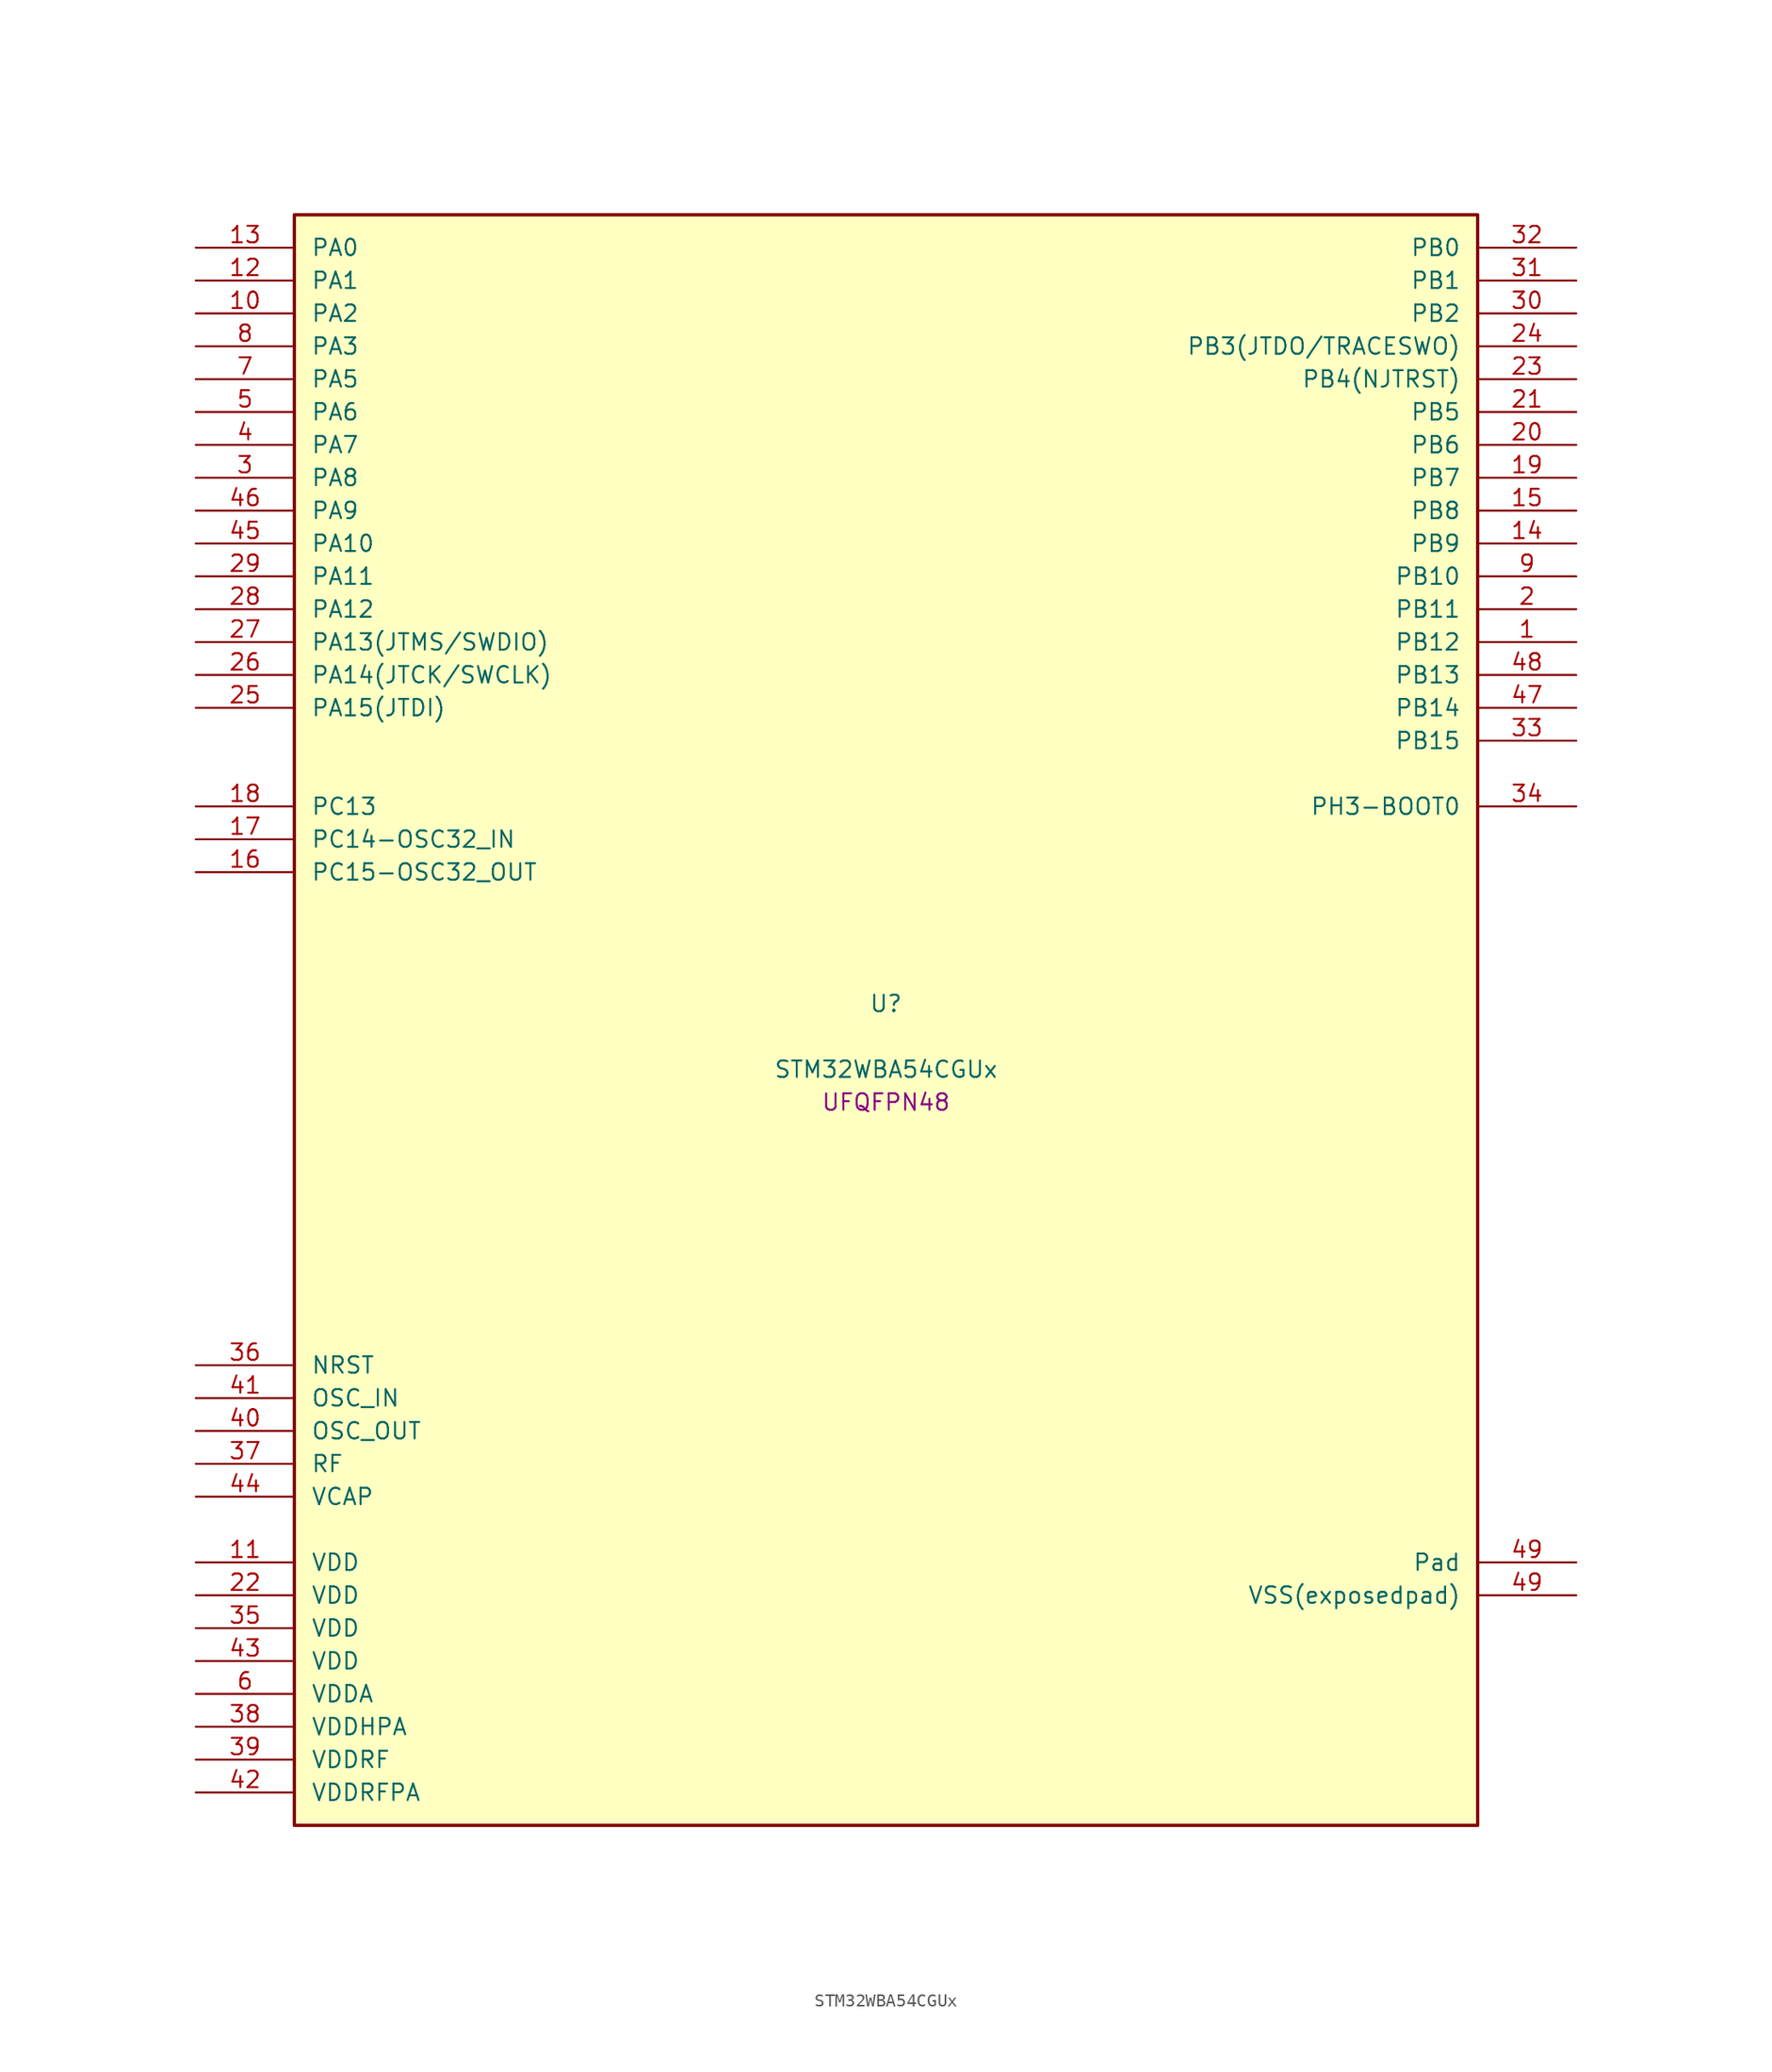
<source format=kicad_sym>
(kicad_symbol_lib
  (version 20241209)
  (generator "stm32_pkl_generator")
  (generator_version "1.0")
  (symbol "STM32WBA54CGUx"
    (pin_names
      (offset 1.27))
    (property "Reference" "U"
      (at 0 2.54 0))
    (property "Value" "STM32WBA54CGUx"
      (at 0 -2.54 0))
    (property "Footprint" "UFQFPN48"
      (at 0 -5.08 0))
    (symbol "STM32WBA54CGUx_1_1"
      (rectangle (start -45.72 63.5) (end 45.72 -60.96) (stroke (width 0.254) (type solid)) (fill (type background)))
      (pin bidirectional line (at -53.34 60.96 0) (length 7.62) (name "PA0") (number "13") (alternate "PA0/ADC4_IN9" bidirectional line) (alternate "PA0/COMP2_INP" bidirectional line) (alternate "PA0/LPTIM1_IN1" bidirectional line) (alternate "PA0/LPUART1_CTS" bidirectional line) (alternate "PA0/PWR_WKUP1" bidirectional line) (alternate "PA0/SPI3_SCK" bidirectional line) (alternate "PA0/TIM1_CH2N" bidirectional line) (alternate "PA0/TIM3_CH3" bidirectional line) (alternate "PA0/TIM3_ETR" bidirectional line) (alternate "PA0/TSC_G2_IO2" bidirectional line))
      (pin bidirectional line (at -53.34 58.42 0) (length 7.62) (name "PA1") (number "12") (alternate "PA1/ADC4_IN8" bidirectional line) (alternate "PA1/COMP1_INM" bidirectional line) (alternate "PA1/LPTIM2_CH2" bidirectional line) (alternate "PA1/LPUART1_RX" bidirectional line) (alternate "PA1/PWR_WKUP3" bidirectional line) (alternate "PA1/SAI1_CK1" bidirectional line) (alternate "PA1/SPI1_RDY" bidirectional line) (alternate "PA1/TIM17_CH1" bidirectional line) (alternate "PA1/TIM1_CH1N" bidirectional line) (alternate "PA1/TIM3_CH2" bidirectional line) (alternate "PA1/TSC_G2_IO1" bidirectional line) (alternate "PA1/USART1_CK" bidirectional line))
      (pin bidirectional line (at -53.34 55.88 0) (length 7.62) (name "PA2") (number "10") (alternate "PA2/ADC4_IN7" bidirectional line) (alternate "PA2/COMP1_INP" bidirectional line) (alternate "PA2/LPUART1_TX" bidirectional line) (alternate "PA2/PWR_WKUP4" bidirectional line) (alternate "PA2/RCC_LSCO" bidirectional line) (alternate "PA2/SAI1_D1" bidirectional line) (alternate "PA2/TIM16_CH1" bidirectional line) (alternate "PA2/TIM1_BKIN" bidirectional line) (alternate "PA2/TIM3_CH1" bidirectional line) (alternate "PA2/TSC_G4_IO4" bidirectional line) (alternate "PA2/USART1_DE" bidirectional line) (alternate "PA2/USART1_RTS" bidirectional line))
      (pin bidirectional line (at -53.34 53.34 0) (length 7.62) (name "PA3") (number "8") (alternate "PA3/ADC4_IN6" bidirectional line) (alternate "PA3/PWR_WKUP5" bidirectional line) (alternate "PA3/TIM16_CH1N" bidirectional line) (alternate "PA3/TSC_G4_IO2" bidirectional line) (alternate "PA3/USART1_DE" bidirectional line) (alternate "PA3/USART1_RTS" bidirectional line))
      (pin bidirectional line (at -53.34 50.8 0) (length 7.62) (name "PA5") (number "7") (alternate "PA5/ADC4_IN4" bidirectional line) (alternate "PA5/AUDIOCLK" bidirectional line) (alternate "PA5/LPTIM2_ETR" bidirectional line) (alternate "PA5/PWR_CSLEEP" bidirectional line) (alternate "PA5/PWR_WKUP6" bidirectional line) (alternate "PA5/SAI1_D2" bidirectional line) (alternate "PA5/SPI3_NSS" bidirectional line) (alternate "PA5/TIM2_CH1" bidirectional line) (alternate "PA5/TIM2_ETR" bidirectional line) (alternate "PA5/TSC_G1_IO4" bidirectional line) (alternate "PA5/USART1_CK" bidirectional line))
      (pin bidirectional line (at -53.34 48.26 0) (length 7.62) (name "PA6") (number "5") (alternate "PA6/ADC4_IN3" bidirectional line) (alternate "PA6/I2C3_SCL" bidirectional line) (alternate "PA6/PWR_CSTOP" bidirectional line) (alternate "PA6/PWR_WKUP7" bidirectional line) (alternate "PA6/SAI1_CK2" bidirectional line) (alternate "PA6/SAI1_MCLK_A" bidirectional line) (alternate "PA6/SPI3_RDY" bidirectional line) (alternate "PA6/TIM2_CH4" bidirectional line) (alternate "PA6/TSC_G1_IO3" bidirectional line) (alternate "PA6/USART1_DE" bidirectional line) (alternate "PA6/USART1_RTS" bidirectional line))
      (pin bidirectional line (at -53.34 45.72 0) (length 7.62) (name "PA7") (number "4") (alternate "PA7/ADC4_IN2" bidirectional line) (alternate "PA7/COMP1_OUT" bidirectional line) (alternate "PA7/I2C3_SDA" bidirectional line) (alternate "PA7/PWR_WKUP8" bidirectional line) (alternate "PA7/SAI1_SCK_A" bidirectional line) (alternate "PA7/TAMP_IN1" bidirectional line) (alternate "PA7/TAMP_OUT2" bidirectional line) (alternate "PA7/TIM2_CH3" bidirectional line) (alternate "PA7/TSC_G1_IO2" bidirectional line) (alternate "PA7/USART1_CTS" bidirectional line))
      (pin bidirectional line (at -53.34 43.18 0) (length 7.62) (name "PA8") (number "3") (alternate "PA8/ADC4_IN1" bidirectional line) (alternate "PA8/LPTIM1_CH2" bidirectional line) (alternate "PA8/RCC_MCO" bidirectional line) (alternate "PA8/SAI1_FS_A" bidirectional line) (alternate "PA8/SPI3_RDY" bidirectional line) (alternate "PA8/TIM2_CH2" bidirectional line) (alternate "PA8/TSC_G1_IO1" bidirectional line) (alternate "PA8/USART1_RX" bidirectional line))
      (pin bidirectional line (at -53.34 40.64 0) (length 7.62) (name "PA9") (number "46") (alternate "PA9/LPUART1_DE" bidirectional line) (alternate "PA9/LPUART1_RTS" bidirectional line) (alternate "PA9/SAI1_CK1" bidirectional line) (alternate "PA9/TIM3_CH2" bidirectional line))
      (pin bidirectional line (at -53.34 38.1 0) (length 7.62) (name "PA10") (number "45") (alternate "PA10/LPUART1_RX" bidirectional line) (alternate "PA10/SAI1_D1" bidirectional line) (alternate "PA10/TIM3_CH1" bidirectional line))
      (pin bidirectional line (at -53.34 35.56 0) (length 7.62) (name "PA11") (number "29") (alternate "PA11/LPTIM2_CH1" bidirectional line) (alternate "PA11/RF_ANTSW1" bidirectional line) (alternate "PA11/TIM1_CH1" bidirectional line) (alternate "PA11/USART2_RX" bidirectional line))
      (pin bidirectional line (at -53.34 33.02 0) (length 7.62) (name "PA12") (number "28") (alternate "PA12/COMP2_OUT" bidirectional line) (alternate "PA12/PTA_STATUS" bidirectional line) (alternate "PA12/PWR_WKUP6" bidirectional line) (alternate "PA12/RF_ANTSW0" bidirectional line) (alternate "PA12/SPI1_NSS" bidirectional line) (alternate "PA12/TIM1_CH2" bidirectional line) (alternate "PA12/TSC_G3_IO4" bidirectional line) (alternate "PA12/USART2_TX" bidirectional line))
      (pin bidirectional line (at -53.34 30.48 0) (length 7.62) (name "PA13(JTMS/SWDIO)") (number "27") (alternate "PA13(JTMS/SWDIO)/DEBUG_JTMS-SWDIO" bidirectional line) (alternate "PA13(JTMS/SWDIO)/IR_OUT" bidirectional line) (alternate "PA13(JTMS/SWDIO)/PTA_PRIORITY" bidirectional line))
      (pin bidirectional line (at -53.34 27.94 0) (length 7.62) (name "PA14(JTCK/SWCLK)") (number "26") (alternate "PA14(JTCK/SWCLK)/COMP2_OUT" bidirectional line) (alternate "PA14(JTCK/SWCLK)/DEBUG_JTCK-SWCLK" bidirectional line) (alternate "PA14(JTCK/SWCLK)/PTA_STATUS" bidirectional line) (alternate "PA14(JTCK/SWCLK)/TAMP_IN3" bidirectional line) (alternate "PA14(JTCK/SWCLK)/TAMP_OUT6" bidirectional line) (alternate "PA14(JTCK/SWCLK)/USART2_TX" bidirectional line))
      (pin bidirectional line (at -53.34 25.4 0) (length 7.62) (name "PA15(JTDI)") (number "25") (alternate "PA15(JTDI)/ADC4_EXTI15" bidirectional line) (alternate "PA15(JTDI)/DEBUG_JTDI" bidirectional line) (alternate "PA15(JTDI)/I2C1_SCL" bidirectional line) (alternate "PA15(JTDI)/LPTIM1_CH2" bidirectional line) (alternate "PA15(JTDI)/PTA_STATUS" bidirectional line) (alternate "PA15(JTDI)/SPI1_MOSI" bidirectional line) (alternate "PA15(JTDI)/TIM17_BKIN" bidirectional line) (alternate "PA15(JTDI)/TIM1_ETR" bidirectional line) (alternate "PA15(JTDI)/TSC_G3_IO3" bidirectional line) (alternate "PA15(JTDI)/USART2_DE" bidirectional line) (alternate "PA15(JTDI)/USART2_RTS" bidirectional line))
      (pin bidirectional line (at 53.34 60.96 180) (length 7.62) (name "PB0") (number "32") (alternate "PB0/LPTIM2_IN2" bidirectional line) (alternate "PB0/TIM1_CH3N" bidirectional line) (alternate "PB0/USART2_TX" bidirectional line))
      (pin bidirectional line (at 53.34 58.42 180) (length 7.62) (name "PB1") (number "31") (alternate "PB1/I2C1_SDA" bidirectional line) (alternate "PB1/I2C3_SDA" bidirectional line) (alternate "PB1/PWR_WKUP4" bidirectional line) (alternate "PB1/TIM1_CH2N" bidirectional line) (alternate "PB1/USART2_DE" bidirectional line) (alternate "PB1/USART2_RTS" bidirectional line))
      (pin bidirectional line (at 53.34 55.88 180) (length 7.62) (name "PB2") (number "30") (alternate "PB2/I2C1_SCL" bidirectional line) (alternate "PB2/I2C3_SCL" bidirectional line) (alternate "PB2/PWR_WKUP1" bidirectional line) (alternate "PB2/RF_ANTSW2" bidirectional line) (alternate "PB2/RTC_OUT2" bidirectional line) (alternate "PB2/TIM1_CH1N" bidirectional line) (alternate "PB2/USART2_CTS" bidirectional line))
      (pin bidirectional line (at 53.34 53.34 180) (length 7.62) (name "PB3(JTDO/TRACESWO)") (number "24") (alternate "PB3(JTDO/TRACESWO)/DEBUG_JTDO-SWO" bidirectional line) (alternate "PB3(JTDO/TRACESWO)/I2C1_SDA" bidirectional line) (alternate "PB3(JTDO/TRACESWO)/LPTIM1_IN2" bidirectional line) (alternate "PB3(JTDO/TRACESWO)/PTA_ACTIVE" bidirectional line) (alternate "PB3(JTDO/TRACESWO)/SPI1_MISO" bidirectional line) (alternate "PB3(JTDO/TRACESWO)/TIM17_CH1N" bidirectional line) (alternate "PB3(JTDO/TRACESWO)/TIM1_CH4" bidirectional line) (alternate "PB3(JTDO/TRACESWO)/TSC_G3_IO2" bidirectional line) (alternate "PB3(JTDO/TRACESWO)/USART2_CK" bidirectional line))
      (pin bidirectional line (at 53.34 50.8 180) (length 7.62) (name "PB4(NJTRST)") (number "23") (alternate "PB4(NJTRST)/DEBUG_JTRST" bidirectional line) (alternate "PB4(NJTRST)/LPTIM2_IN2" bidirectional line) (alternate "PB4(NJTRST)/PTA_ACTIVE" bidirectional line) (alternate "PB4(NJTRST)/PTA_PRIORITY" bidirectional line) (alternate "PB4(NJTRST)/SAI1_MCLK_B" bidirectional line) (alternate "PB4(NJTRST)/SPI1_SCK" bidirectional line) (alternate "PB4(NJTRST)/TIM17_CH1" bidirectional line) (alternate "PB4(NJTRST)/TIM1_CH3" bidirectional line) (alternate "PB4(NJTRST)/TSC_G3_IO1" bidirectional line) (alternate "PB4(NJTRST)/USART2_RX" bidirectional line))
      (pin bidirectional line (at 53.34 48.26 180) (length 7.62) (name "PB5") (number "21") (alternate "PB5/LPUART1_TX" bidirectional line) (alternate "PB5/SAI1_D2" bidirectional line) (alternate "PB5/SAI1_FS_B" bidirectional line) (alternate "PB5/TIM3_CH1" bidirectional line) (alternate "PB5/TSC_G5_IO4" bidirectional line))
      (pin bidirectional line (at 53.34 45.72 180) (length 7.62) (name "PB6") (number "20") (alternate "PB6/PWR_WKUP3" bidirectional line) (alternate "PB6/SAI1_SCK_B" bidirectional line) (alternate "PB6/TIM2_CH1" bidirectional line) (alternate "PB6/TIM2_ETR" bidirectional line) (alternate "PB6/TSC_G5_IO3" bidirectional line))
      (pin bidirectional line (at 53.34 43.18 180) (length 7.62) (name "PB7") (number "19") (alternate "PB7/PWR_WKUP5" bidirectional line) (alternate "PB7/SAI1_SD_B" bidirectional line) (alternate "PB7/TAMP_IN5" bidirectional line) (alternate "PB7/TAMP_OUT4" bidirectional line) (alternate "PB7/TIM1_CH4N" bidirectional line) (alternate "PB7/TSC_G5_IO2" bidirectional line))
      (pin bidirectional line (at 53.34 40.64 180) (length 7.62) (name "PB8") (number "15") (alternate "PB8/COMP1_OUT" bidirectional line) (alternate "PB8/LPTIM1_ETR" bidirectional line) (alternate "PB8/PWR_PVD_IN" bidirectional line) (alternate "PB8/SPI3_MOSI" bidirectional line) (alternate "PB8/TIM16_CH1N" bidirectional line) (alternate "PB8/TIM1_CH1" bidirectional line) (alternate "PB8/TIM3_ETR" bidirectional line) (alternate "PB8/TSC_G2_IO4" bidirectional line) (alternate "PB8/USART2_RX" bidirectional line))
      (pin bidirectional line (at 53.34 38.1 180) (length 7.62) (name "PB9") (number "14") (alternate "PB9/ADC4_IN10" bidirectional line) (alternate "PB9/COMP2_INM" bidirectional line) (alternate "PB9/IR_OUT" bidirectional line) (alternate "PB9/LPTIM2_IN1" bidirectional line) (alternate "PB9/LPUART1_DE" bidirectional line) (alternate "PB9/LPUART1_RTS" bidirectional line) (alternate "PB9/PWR_WKUP8" bidirectional line) (alternate "PB9/SPI3_MISO" bidirectional line) (alternate "PB9/TIM16_CH1" bidirectional line) (alternate "PB9/TIM1_CH3N" bidirectional line) (alternate "PB9/TIM3_CH4" bidirectional line) (alternate "PB9/TSC_G2_IO3" bidirectional line))
      (pin bidirectional line (at 53.34 35.56 180) (length 7.62) (name "PB10") (number "9") (alternate "PB10/TIM16_BKIN" bidirectional line) (alternate "PB10/TSC_G4_IO3" bidirectional line) (alternate "PB10/USART1_CK" bidirectional line))
      (pin bidirectional line (at 53.34 33.02 180) (length 7.62) (name "PB11") (number "2") (alternate "PB11/LPTIM1_CH1" bidirectional line) (alternate "PB11/LPTIM1_ETR" bidirectional line) (alternate "PB11/LPUART1_TX" bidirectional line))
      (pin bidirectional line (at 53.34 30.48 180) (length 7.62) (name "PB12") (number "1") (alternate "PB12/SAI1_SD_A" bidirectional line) (alternate "PB12/SPI1_RDY" bidirectional line) (alternate "PB12/TIM2_CH1" bidirectional line) (alternate "PB12/TIM2_ETR" bidirectional line) (alternate "PB12/TIM3_ETR" bidirectional line) (alternate "PB12/TSC_SYNC" bidirectional line) (alternate "PB12/USART1_TX" bidirectional line))
      (pin bidirectional line (at 53.34 27.94 180) (length 7.62) (name "PB13") (number "48") (alternate "PB13/TIM3_CH4" bidirectional line) (alternate "PB13/TSC_G6_IO2" bidirectional line))
      (pin bidirectional line (at 53.34 25.4 180) (length 7.62) (name "PB14") (number "47") (alternate "PB14/PWR_WKUP7" bidirectional line) (alternate "PB14/RTC_REFIN" bidirectional line) (alternate "PB14/SAI1_SD_A" bidirectional line) (alternate "PB14/TIM3_CH3" bidirectional line) (alternate "PB14/TSC_G6_IO1" bidirectional line) (alternate "PB14/USART1_TX" bidirectional line))
      (pin bidirectional line (at 53.34 22.86 180) (length 7.62) (name "PB15") (number "33") (alternate "PB15/ADC4_EXTI15" bidirectional line) (alternate "PB15/I2C1_SMBA" bidirectional line) (alternate "PB15/I2C3_SMBA" bidirectional line) (alternate "PB15/LPUART1_CTS" bidirectional line) (alternate "PB15/PTA_GRANT" bidirectional line) (alternate "PB15/RF_EXTPABYP" bidirectional line) (alternate "PB15/TIM16_BKIN" bidirectional line) (alternate "PB15/TIM1_BKIN2" bidirectional line) (alternate "PB15/USART2_CTS" bidirectional line))
      (pin bidirectional line (at -53.34 17.78 0) (length 7.62) (name "PC13") (number "18") (alternate "PC13/PWR_WKUP2" bidirectional line) (alternate "PC13/RTC_OUT1" bidirectional line) (alternate "PC13/RTC_TS" bidirectional line) (alternate "PC13/TAMP_IN4" bidirectional line) (alternate "PC13/TAMP_OUT5" bidirectional line) (alternate "PC13/TIM1_BKIN2" bidirectional line) (alternate "PC13/TSC_G5_IO1" bidirectional line))
      (pin bidirectional line (at -53.34 15.24 0) (length 7.62) (name "PC14-OSC32_IN") (number "17") (alternate "PC14-OSC32_IN/RCC_OSC32_IN" bidirectional line))
      (pin bidirectional line (at -53.34 12.7 0) (length 7.62) (name "PC15-OSC32_OUT") (number "16") (alternate "PC15-OSC32_OUT/ADC4_EXTI15" bidirectional line) (alternate "PC15-OSC32_OUT/RCC_OSC32_OUT" bidirectional line))
      (pin bidirectional line (at 53.34 17.78 180) (length 7.62) (name "PH3-BOOT0") (number "34") (alternate "PH3-BOOT0/PTA_GRANT" bidirectional line) (alternate "PH3-BOOT0/RF_EXTPABYP" bidirectional line) (alternate "PH3-BOOT0/TAMP_IN2" bidirectional line) (alternate "PH3-BOOT0/TAMP_OUT1" bidirectional line))
      (pin input line (at -53.34 -25.4 0) (length 7.62) (name "NRST") (number "36"))
      (pin bidirectional line (at -53.34 -27.94 0) (length 7.62) (name "OSC_IN") (number "41") (alternate "OSC_IN/RCC_OSC_IN" bidirectional line))
      (pin bidirectional line (at -53.34 -30.48 0) (length 7.62) (name "OSC_OUT") (number "40") (alternate "OSC_OUT/RCC_OSC_OUT" bidirectional line))
      (pin bidirectional line (at -53.34 -33.02 0) (length 7.62) (name "RF") (number "37"))
      (pin power_in line (at -53.34 -35.56 0) (length 7.62) (name "VCAP") (number "44"))
      (pin power_in line (at -53.34 -40.64 0) (length 7.62) (name "VDD") (number "11"))
      (pin power_in line (at -53.34 -43.18 0) (length 7.62) (name "VDD") (number "22"))
      (pin power_in line (at -53.34 -45.72 0) (length 7.62) (name "VDD") (number "35"))
      (pin power_in line (at -53.34 -48.26 0) (length 7.62) (name "VDD") (number "43"))
      (pin power_in line (at -53.34 -50.8 0) (length 7.62) (name "VDDA") (number "6"))
      (pin power_in line (at -53.34 -53.34 0) (length 7.62) (name "VDDHPA") (number "38"))
      (pin power_in line (at -53.34 -55.88 0) (length 7.62) (name "VDDRF") (number "39"))
      (pin power_in line (at -53.34 -58.42 0) (length 7.62) (name "VDDRFPA") (number "42"))
      (pin passive line (at 53.34 -40.64 180) (length 7.62) (name "Pad") (number "49"))
      (pin power_in line (at 53.34 -43.18 180) (length 7.62) (name "VSS(exposedpad)") (number "49")))))
</source>
